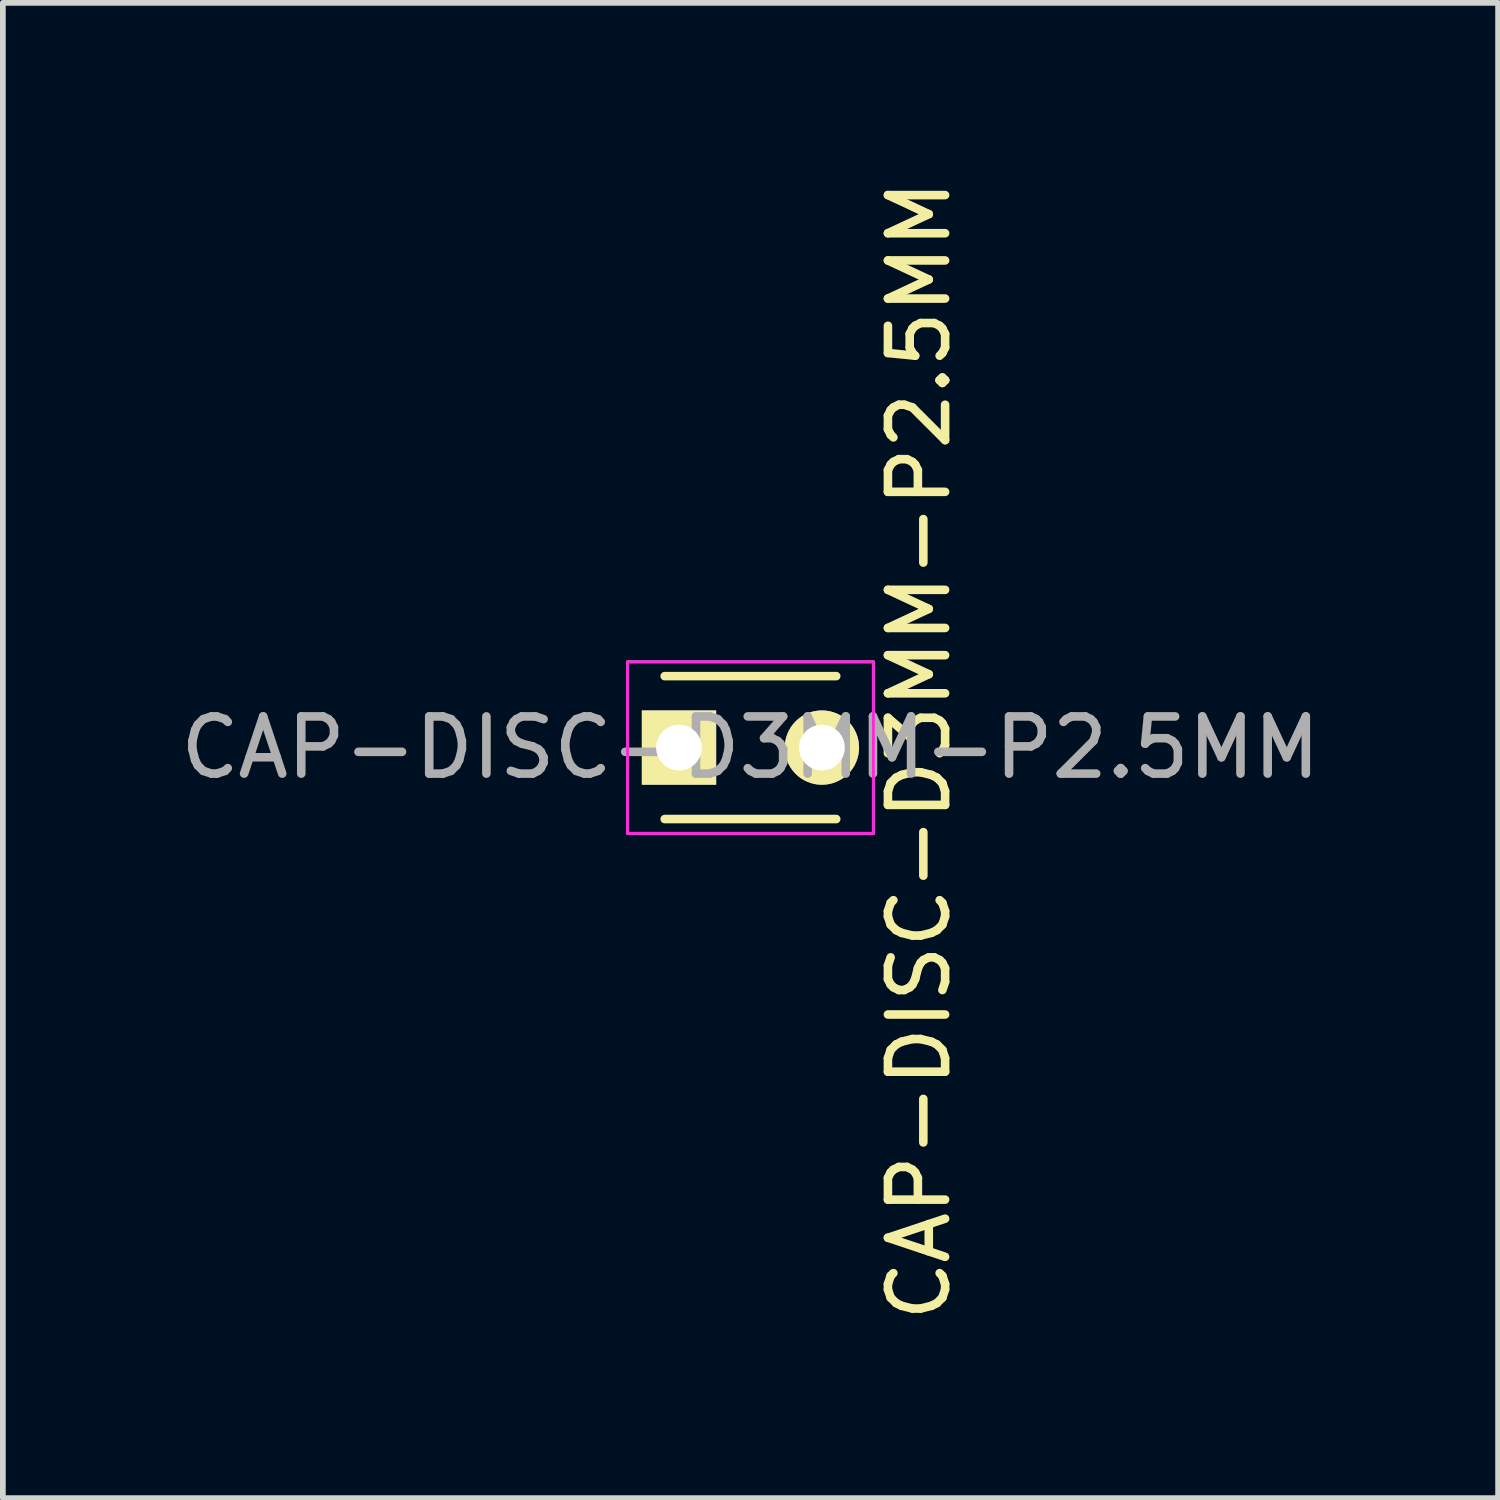
<source format=kicad_pcb>
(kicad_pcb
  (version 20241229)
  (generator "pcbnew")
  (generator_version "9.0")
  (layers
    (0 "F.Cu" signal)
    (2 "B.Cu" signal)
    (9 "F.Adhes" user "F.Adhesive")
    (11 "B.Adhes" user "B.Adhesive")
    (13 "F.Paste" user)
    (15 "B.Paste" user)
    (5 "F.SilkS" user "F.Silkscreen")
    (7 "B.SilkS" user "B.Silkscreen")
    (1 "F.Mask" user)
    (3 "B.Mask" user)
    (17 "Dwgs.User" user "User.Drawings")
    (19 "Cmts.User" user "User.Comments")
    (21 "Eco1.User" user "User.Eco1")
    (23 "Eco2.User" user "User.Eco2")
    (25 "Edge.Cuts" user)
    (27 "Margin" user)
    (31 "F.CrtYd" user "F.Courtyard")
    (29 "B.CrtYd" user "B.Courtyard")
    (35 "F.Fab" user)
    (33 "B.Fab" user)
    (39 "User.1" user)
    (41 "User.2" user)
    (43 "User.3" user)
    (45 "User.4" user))
  (footprint "CAP-DISC-D3MM-P2.5MM"
    (layer "F.Cu")
    (at 8.827 10.027)
    (property "Reference" "CAP-DISC-D3MM-P2.5MM" (at 1.25 0 180) (layer "F.Fab") (effects (font (size 1 1) (thickness 0.15))))
    (attr through_hole)
    (fp_line (start -0.25 -1.25) (end 2.75 -1.25) (stroke (width 0.15) (type solid)) (layer "F.SilkS"))
    (fp_line (start 2.75 1.25) (end -0.25 1.25) (stroke (width 0.15) (type solid)) (layer "F.SilkS"))
    (fp_line (start -0.9 -1.5) (end 3.4 -1.5) (stroke (width 0.05) (type solid)) (layer "F.CrtYd"))
    (fp_line (start -0.9 1.5) (end -0.9 -1.5) (stroke (width 0.05) (type solid)) (layer "F.CrtYd"))
    (fp_line (start 3.4 -1.5) (end 3.4 1.5) (stroke (width 0.05) (type solid)) (layer "F.CrtYd"))
    (fp_line (start 3.4 1.5) (end -0.9 1.5) (stroke (width 0.05) (type solid)) (layer "F.CrtYd"))
    (fp_line (start -0.9 -1.5) (end 3.4 -1.5) (stroke (width 0.05) (type solid)) (layer "F.Fab"))
    (fp_line (start -0.9 1.5) (end -0.9 -1.5) (stroke (width 0.05) (type solid)) (layer "F.Fab"))
    (fp_line (start 3.4 -1.5) (end 3.4 1.5) (stroke (width 0.05) (type solid)) (layer "F.Fab"))
    (fp_line (start 3.4 1.5) (end -0.9 1.5) (stroke (width 0.05) (type solid)) (layer "F.Fab"))
    (fp_text user "${REFERENCE}" (at 4.2 0.05 90) (layer "F.SilkS") (effects (font (size 1 1) (thickness 0.15))))
    (pad "1" thru_hole rect (at 0 0) (size 1.3 1.3) (drill 0.8) (layers "*.Cu" "*.Mask" "F.SilkS"))
    (pad "2" thru_hole circle (at 2.5 0) (size 1.3 1.3) (drill 0.8) (layers "*.Cu" "*.Mask" "F.SilkS")))
  (gr_rect
    (start -3 -3)
    (end 23.155 23.155)
    (stroke (width 0.1) (type default))
    (fill no)
    (layer "Edge.Cuts")))
</source>
